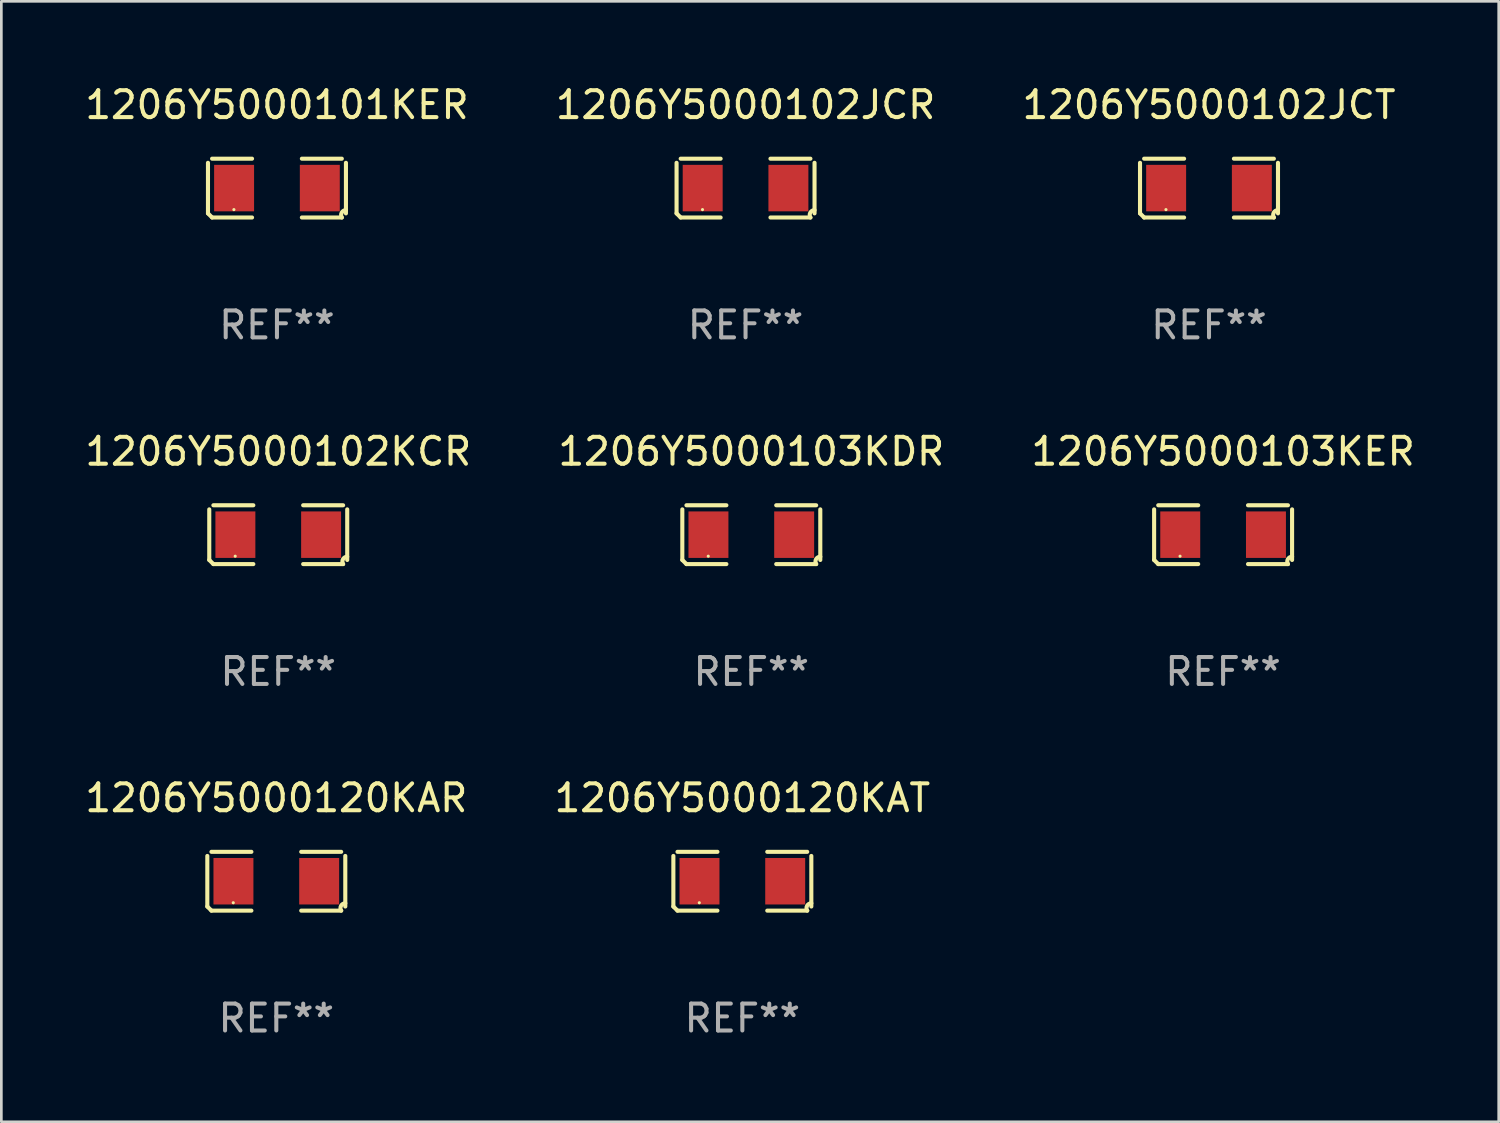
<source format=kicad_pcb>
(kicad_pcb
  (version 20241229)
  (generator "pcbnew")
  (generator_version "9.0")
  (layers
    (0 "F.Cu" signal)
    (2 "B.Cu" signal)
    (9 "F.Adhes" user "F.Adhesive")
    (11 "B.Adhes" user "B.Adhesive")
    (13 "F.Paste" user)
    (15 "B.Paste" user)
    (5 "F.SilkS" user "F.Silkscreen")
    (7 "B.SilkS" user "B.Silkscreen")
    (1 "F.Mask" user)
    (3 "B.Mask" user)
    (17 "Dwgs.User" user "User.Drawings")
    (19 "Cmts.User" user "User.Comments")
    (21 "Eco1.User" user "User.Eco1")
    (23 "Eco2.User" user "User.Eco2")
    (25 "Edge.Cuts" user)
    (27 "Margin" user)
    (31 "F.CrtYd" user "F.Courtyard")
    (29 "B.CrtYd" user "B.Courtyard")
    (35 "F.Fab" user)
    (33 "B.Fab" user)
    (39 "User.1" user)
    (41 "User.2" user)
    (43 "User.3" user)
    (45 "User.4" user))
  (footprint "1206Y5000102KCR"
    (layer "F.Cu")
    (at 7.292 16.823)
    (property "Reference" "1206Y5000102KCR" (at 0 -3.093 0) (layer "F.SilkS") (effects (font (size 1 1) (thickness 0.15))))
    (attr through_hole)
    (fp_line (start -2.564 0.94) (end -2.564 -0.94) (stroke (width 0.152) (type solid)) (layer "F.SilkS"))
    (fp_line (start -2.411 -1.093) (end -0.926 -1.093) (stroke (width 0.152) (type solid)) (layer "F.SilkS"))
    (fp_line (start -0.926 1.093) (end -2.411 1.093) (stroke (width 0.152) (type solid)) (layer "F.SilkS"))
    (fp_line (start 0.926 1.093) (end 2.411 1.093) (stroke (width 0.152) (type solid)) (layer "F.SilkS"))
    (fp_line (start 2.411 -1.093) (end 0.926 -1.093) (stroke (width 0.152) (type solid)) (layer "F.SilkS"))
    (fp_line (start 2.564 0.94) (end 2.564 -0.94) (stroke (width 0.152) (type solid)) (layer "F.SilkS"))
    (fp_arc (start -2.411201 1.092609) (mid -2.487413 1.01642) (end -2.563602 0.940208) (stroke (width 0.1524) (type solid)) (layer "F.SilkS"))
    (fp_arc (start 2.411201 1.092609) (mid 2.407159 0.911226) (end 2.563602 0.819347) (stroke (width 0.1524) (type solid)) (layer "F.SilkS"))
    (fp_circle (center -1.6 0.8) (end -1.57 0.8) (stroke (width 0.06) (type solid)) (fill no) (layer "F.SilkS"))
    (fp_text user "REF**" (at 0 5.093 0) (layer "F.Fab") (effects (font (size 1 1) (thickness 0.15))))
    (pad "1" smd rect (at -1.593 0) (size 1.485 1.728) (layers "F.Cu" "F.Mask" "F.Paste"))
    (pad "2" smd rect (at 1.593 0) (size 1.485 1.728) (layers "F.Cu" "F.Mask" "F.Paste")))
  (footprint "1206Y5000101KER"
    (layer "F.Cu")
    (at 7.244 3.941)
    (property "Reference" "1206Y5000101KER" (at 0 -3.093 0) (layer "F.SilkS") (effects (font (size 1 1) (thickness 0.15))))
    (attr through_hole)
    (fp_line (start -2.564 0.94) (end -2.564 -0.94) (stroke (width 0.152) (type solid)) (layer "F.SilkS"))
    (fp_line (start -2.411 -1.093) (end -0.926 -1.093) (stroke (width 0.152) (type solid)) (layer "F.SilkS"))
    (fp_line (start -0.926 1.093) (end -2.411 1.093) (stroke (width 0.152) (type solid)) (layer "F.SilkS"))
    (fp_line (start 0.926 1.093) (end 2.411 1.093) (stroke (width 0.152) (type solid)) (layer "F.SilkS"))
    (fp_line (start 2.411 -1.093) (end 0.926 -1.093) (stroke (width 0.152) (type solid)) (layer "F.SilkS"))
    (fp_line (start 2.564 0.94) (end 2.564 -0.94) (stroke (width 0.152) (type solid)) (layer "F.SilkS"))
    (fp_arc (start -2.411201 1.092609) (mid -2.487413 1.01642) (end -2.563602 0.940208) (stroke (width 0.1524) (type solid)) (layer "F.SilkS"))
    (fp_arc (start 2.411201 1.092609) (mid 2.407159 0.911226) (end 2.563602 0.819347) (stroke (width 0.1524) (type solid)) (layer "F.SilkS"))
    (fp_circle (center -1.6 0.8) (end -1.57 0.8) (stroke (width 0.06) (type solid)) (fill no) (layer "F.SilkS"))
    (fp_text user "REF**" (at 0 5.093 0) (layer "F.Fab") (effects (font (size 1 1) (thickness 0.15))))
    (pad "1" smd rect (at -1.593 0) (size 1.485 1.728) (layers "F.Cu" "F.Mask" "F.Paste"))
    (pad "2" smd rect (at 1.593 0) (size 1.485 1.728) (layers "F.Cu" "F.Mask" "F.Paste")))
  (footprint "1206Y5000103KDR"
    (layer "F.Cu")
    (at 24.875 16.823)
    (property "Reference" "1206Y5000103KDR" (at 0 -3.093 0) (layer "F.SilkS") (effects (font (size 1 1) (thickness 0.15))))
    (attr through_hole)
    (fp_line (start -2.564 0.94) (end -2.564 -0.94) (stroke (width 0.152) (type solid)) (layer "F.SilkS"))
    (fp_line (start -2.411 -1.093) (end -0.926 -1.093) (stroke (width 0.152) (type solid)) (layer "F.SilkS"))
    (fp_line (start -0.926 1.093) (end -2.411 1.093) (stroke (width 0.152) (type solid)) (layer "F.SilkS"))
    (fp_line (start 0.926 1.093) (end 2.411 1.093) (stroke (width 0.152) (type solid)) (layer "F.SilkS"))
    (fp_line (start 2.411 -1.093) (end 0.926 -1.093) (stroke (width 0.152) (type solid)) (layer "F.SilkS"))
    (fp_line (start 2.564 0.94) (end 2.564 -0.94) (stroke (width 0.152) (type solid)) (layer "F.SilkS"))
    (fp_arc (start -2.411201 1.092609) (mid -2.487413 1.01642) (end -2.563602 0.940208) (stroke (width 0.1524) (type solid)) (layer "F.SilkS"))
    (fp_arc (start 2.411201 1.092609) (mid 2.407159 0.911226) (end 2.563602 0.819347) (stroke (width 0.1524) (type solid)) (layer "F.SilkS"))
    (fp_circle (center -1.6 0.8) (end -1.57 0.8) (stroke (width 0.06) (type solid)) (fill no) (layer "F.SilkS"))
    (fp_text user "REF**" (at 0 5.093 0) (layer "F.Fab") (effects (font (size 1 1) (thickness 0.15))))
    (pad "1" smd rect (at -1.593 0) (size 1.485 1.728) (layers "F.Cu" "F.Mask" "F.Paste"))
    (pad "2" smd rect (at 1.593 0) (size 1.485 1.728) (layers "F.Cu" "F.Mask" "F.Paste")))
  (footprint "1206Y5000102JCT"
    (layer "F.Cu")
    (at 41.887 3.941)
    (property "Reference" "1206Y5000102JCT" (at 0 -3.093 0) (layer "F.SilkS") (effects (font (size 1 1) (thickness 0.15))))
    (attr through_hole)
    (fp_line (start -2.564 0.94) (end -2.564 -0.94) (stroke (width 0.152) (type solid)) (layer "F.SilkS"))
    (fp_line (start -2.411 -1.093) (end -0.926 -1.093) (stroke (width 0.152) (type solid)) (layer "F.SilkS"))
    (fp_line (start -0.926 1.093) (end -2.411 1.093) (stroke (width 0.152) (type solid)) (layer "F.SilkS"))
    (fp_line (start 0.926 1.093) (end 2.411 1.093) (stroke (width 0.152) (type solid)) (layer "F.SilkS"))
    (fp_line (start 2.411 -1.093) (end 0.926 -1.093) (stroke (width 0.152) (type solid)) (layer "F.SilkS"))
    (fp_line (start 2.564 0.94) (end 2.564 -0.94) (stroke (width 0.152) (type solid)) (layer "F.SilkS"))
    (fp_arc (start -2.411201 1.092609) (mid -2.487413 1.01642) (end -2.563602 0.940208) (stroke (width 0.1524) (type solid)) (layer "F.SilkS"))
    (fp_arc (start 2.411201 1.092609) (mid 2.407159 0.911226) (end 2.563602 0.819347) (stroke (width 0.1524) (type solid)) (layer "F.SilkS"))
    (fp_circle (center -1.6 0.8) (end -1.57 0.8) (stroke (width 0.06) (type solid)) (fill no) (layer "F.SilkS"))
    (fp_text user "REF**" (at 0 5.093 0) (layer "F.Fab") (effects (font (size 1 1) (thickness 0.15))))
    (pad "1" smd rect (at -1.593 0) (size 1.485 1.728) (layers "F.Cu" "F.Mask" "F.Paste"))
    (pad "2" smd rect (at 1.593 0) (size 1.485 1.728) (layers "F.Cu" "F.Mask" "F.Paste")))
  (footprint "1206Y5000103KER"
    (layer "F.Cu")
    (at 42.411 16.823)
    (property "Reference" "1206Y5000103KER" (at 0 -3.093 0) (layer "F.SilkS") (effects (font (size 1 1) (thickness 0.15))))
    (attr through_hole)
    (fp_line (start -2.564 0.94) (end -2.564 -0.94) (stroke (width 0.152) (type solid)) (layer "F.SilkS"))
    (fp_line (start -2.411 -1.093) (end -0.926 -1.093) (stroke (width 0.152) (type solid)) (layer "F.SilkS"))
    (fp_line (start -0.926 1.093) (end -2.411 1.093) (stroke (width 0.152) (type solid)) (layer "F.SilkS"))
    (fp_line (start 0.926 1.093) (end 2.411 1.093) (stroke (width 0.152) (type solid)) (layer "F.SilkS"))
    (fp_line (start 2.411 -1.093) (end 0.926 -1.093) (stroke (width 0.152) (type solid)) (layer "F.SilkS"))
    (fp_line (start 2.564 0.94) (end 2.564 -0.94) (stroke (width 0.152) (type solid)) (layer "F.SilkS"))
    (fp_arc (start -2.411201 1.092609) (mid -2.487413 1.01642) (end -2.563602 0.940208) (stroke (width 0.1524) (type solid)) (layer "F.SilkS"))
    (fp_arc (start 2.411201 1.092609) (mid 2.407159 0.911226) (end 2.563602 0.819347) (stroke (width 0.1524) (type solid)) (layer "F.SilkS"))
    (fp_circle (center -1.6 0.8) (end -1.57 0.8) (stroke (width 0.06) (type solid)) (fill no) (layer "F.SilkS"))
    (fp_text user "REF**" (at 0 5.093 0) (layer "F.Fab") (effects (font (size 1 1) (thickness 0.15))))
    (pad "1" smd rect (at -1.593 0) (size 1.485 1.728) (layers "F.Cu" "F.Mask" "F.Paste"))
    (pad "2" smd rect (at 1.593 0) (size 1.485 1.728) (layers "F.Cu" "F.Mask" "F.Paste")))
  (footprint "1206Y5000120KAR"
    (layer "F.Cu")
    (at 7.22 29.704)
    (property "Reference" "1206Y5000120KAR" (at 0 -3.093 0) (layer "F.SilkS") (effects (font (size 1 1) (thickness 0.15))))
    (attr through_hole)
    (fp_line (start -2.564 0.94) (end -2.564 -0.94) (stroke (width 0.152) (type solid)) (layer "F.SilkS"))
    (fp_line (start -2.411 -1.093) (end -0.926 -1.093) (stroke (width 0.152) (type solid)) (layer "F.SilkS"))
    (fp_line (start -0.926 1.093) (end -2.411 1.093) (stroke (width 0.152) (type solid)) (layer "F.SilkS"))
    (fp_line (start 0.926 1.093) (end 2.411 1.093) (stroke (width 0.152) (type solid)) (layer "F.SilkS"))
    (fp_line (start 2.411 -1.093) (end 0.926 -1.093) (stroke (width 0.152) (type solid)) (layer "F.SilkS"))
    (fp_line (start 2.564 0.94) (end 2.564 -0.94) (stroke (width 0.152) (type solid)) (layer "F.SilkS"))
    (fp_arc (start -2.411201 1.092609) (mid -2.487413 1.01642) (end -2.563602 0.940208) (stroke (width 0.1524) (type solid)) (layer "F.SilkS"))
    (fp_arc (start 2.411201 1.092609) (mid 2.407159 0.911226) (end 2.563602 0.819347) (stroke (width 0.1524) (type solid)) (layer "F.SilkS"))
    (fp_circle (center -1.6 0.8) (end -1.57 0.8) (stroke (width 0.06) (type solid)) (fill no) (layer "F.SilkS"))
    (fp_text user "REF**" (at 0 5.093 0) (layer "F.Fab") (effects (font (size 1 1) (thickness 0.15))))
    (pad "1" smd rect (at -1.593 0) (size 1.485 1.728) (layers "F.Cu" "F.Mask" "F.Paste"))
    (pad "2" smd rect (at 1.593 0) (size 1.485 1.728) (layers "F.Cu" "F.Mask" "F.Paste")))
  (footprint "1206Y5000120KAT"
    (layer "F.Cu")
    (at 24.542 29.704)
    (property "Reference" "1206Y5000120KAT" (at 0 -3.093 0) (layer "F.SilkS") (effects (font (size 1 1) (thickness 0.15))))
    (attr through_hole)
    (fp_line (start -2.564 0.94) (end -2.564 -0.94) (stroke (width 0.152) (type solid)) (layer "F.SilkS"))
    (fp_line (start -2.411 -1.093) (end -0.926 -1.093) (stroke (width 0.152) (type solid)) (layer "F.SilkS"))
    (fp_line (start -0.926 1.093) (end -2.411 1.093) (stroke (width 0.152) (type solid)) (layer "F.SilkS"))
    (fp_line (start 0.926 1.093) (end 2.411 1.093) (stroke (width 0.152) (type solid)) (layer "F.SilkS"))
    (fp_line (start 2.411 -1.093) (end 0.926 -1.093) (stroke (width 0.152) (type solid)) (layer "F.SilkS"))
    (fp_line (start 2.564 0.94) (end 2.564 -0.94) (stroke (width 0.152) (type solid)) (layer "F.SilkS"))
    (fp_arc (start -2.411201 1.092609) (mid -2.487413 1.01642) (end -2.563602 0.940208) (stroke (width 0.1524) (type solid)) (layer "F.SilkS"))
    (fp_arc (start 2.411201 1.092609) (mid 2.407159 0.911226) (end 2.563602 0.819347) (stroke (width 0.1524) (type solid)) (layer "F.SilkS"))
    (fp_circle (center -1.6 0.8) (end -1.57 0.8) (stroke (width 0.06) (type solid)) (fill no) (layer "F.SilkS"))
    (fp_text user "REF**" (at 0 5.093 0) (layer "F.Fab") (effects (font (size 1 1) (thickness 0.15))))
    (pad "1" smd rect (at -1.593 0) (size 1.485 1.728) (layers "F.Cu" "F.Mask" "F.Paste"))
    (pad "2" smd rect (at 1.593 0) (size 1.485 1.728) (layers "F.Cu" "F.Mask" "F.Paste")))
  (footprint "1206Y5000102JCR"
    (layer "F.Cu")
    (at 24.661 3.941)
    (property "Reference" "1206Y5000102JCR" (at 0 -3.093 0) (layer "F.SilkS") (effects (font (size 1 1) (thickness 0.15))))
    (attr through_hole)
    (fp_line (start -2.564 0.94) (end -2.564 -0.94) (stroke (width 0.152) (type solid)) (layer "F.SilkS"))
    (fp_line (start -2.411 -1.093) (end -0.926 -1.093) (stroke (width 0.152) (type solid)) (layer "F.SilkS"))
    (fp_line (start -0.926 1.093) (end -2.411 1.093) (stroke (width 0.152) (type solid)) (layer "F.SilkS"))
    (fp_line (start 0.926 1.093) (end 2.411 1.093) (stroke (width 0.152) (type solid)) (layer "F.SilkS"))
    (fp_line (start 2.411 -1.093) (end 0.926 -1.093) (stroke (width 0.152) (type solid)) (layer "F.SilkS"))
    (fp_line (start 2.564 0.94) (end 2.564 -0.94) (stroke (width 0.152) (type solid)) (layer "F.SilkS"))
    (fp_arc (start -2.411201 1.092609) (mid -2.487413 1.01642) (end -2.563602 0.940208) (stroke (width 0.1524) (type solid)) (layer "F.SilkS"))
    (fp_arc (start 2.411201 1.092609) (mid 2.407159 0.911226) (end 2.563602 0.819347) (stroke (width 0.1524) (type solid)) (layer "F.SilkS"))
    (fp_circle (center -1.6 0.8) (end -1.57 0.8) (stroke (width 0.06) (type solid)) (fill no) (layer "F.SilkS"))
    (fp_text user "REF**" (at 0 5.093 0) (layer "F.Fab") (effects (font (size 1 1) (thickness 0.15))))
    (pad "1" smd rect (at -1.593 0) (size 1.485 1.728) (layers "F.Cu" "F.Mask" "F.Paste"))
    (pad "2" smd rect (at 1.593 0) (size 1.485 1.728) (layers "F.Cu" "F.Mask" "F.Paste")))
  (gr_rect
    (start -3 -3)
    (end 52.655 38.645)
    (stroke (width 0.1) (type default))
    (fill no)
    (layer "Edge.Cuts")))
</source>
